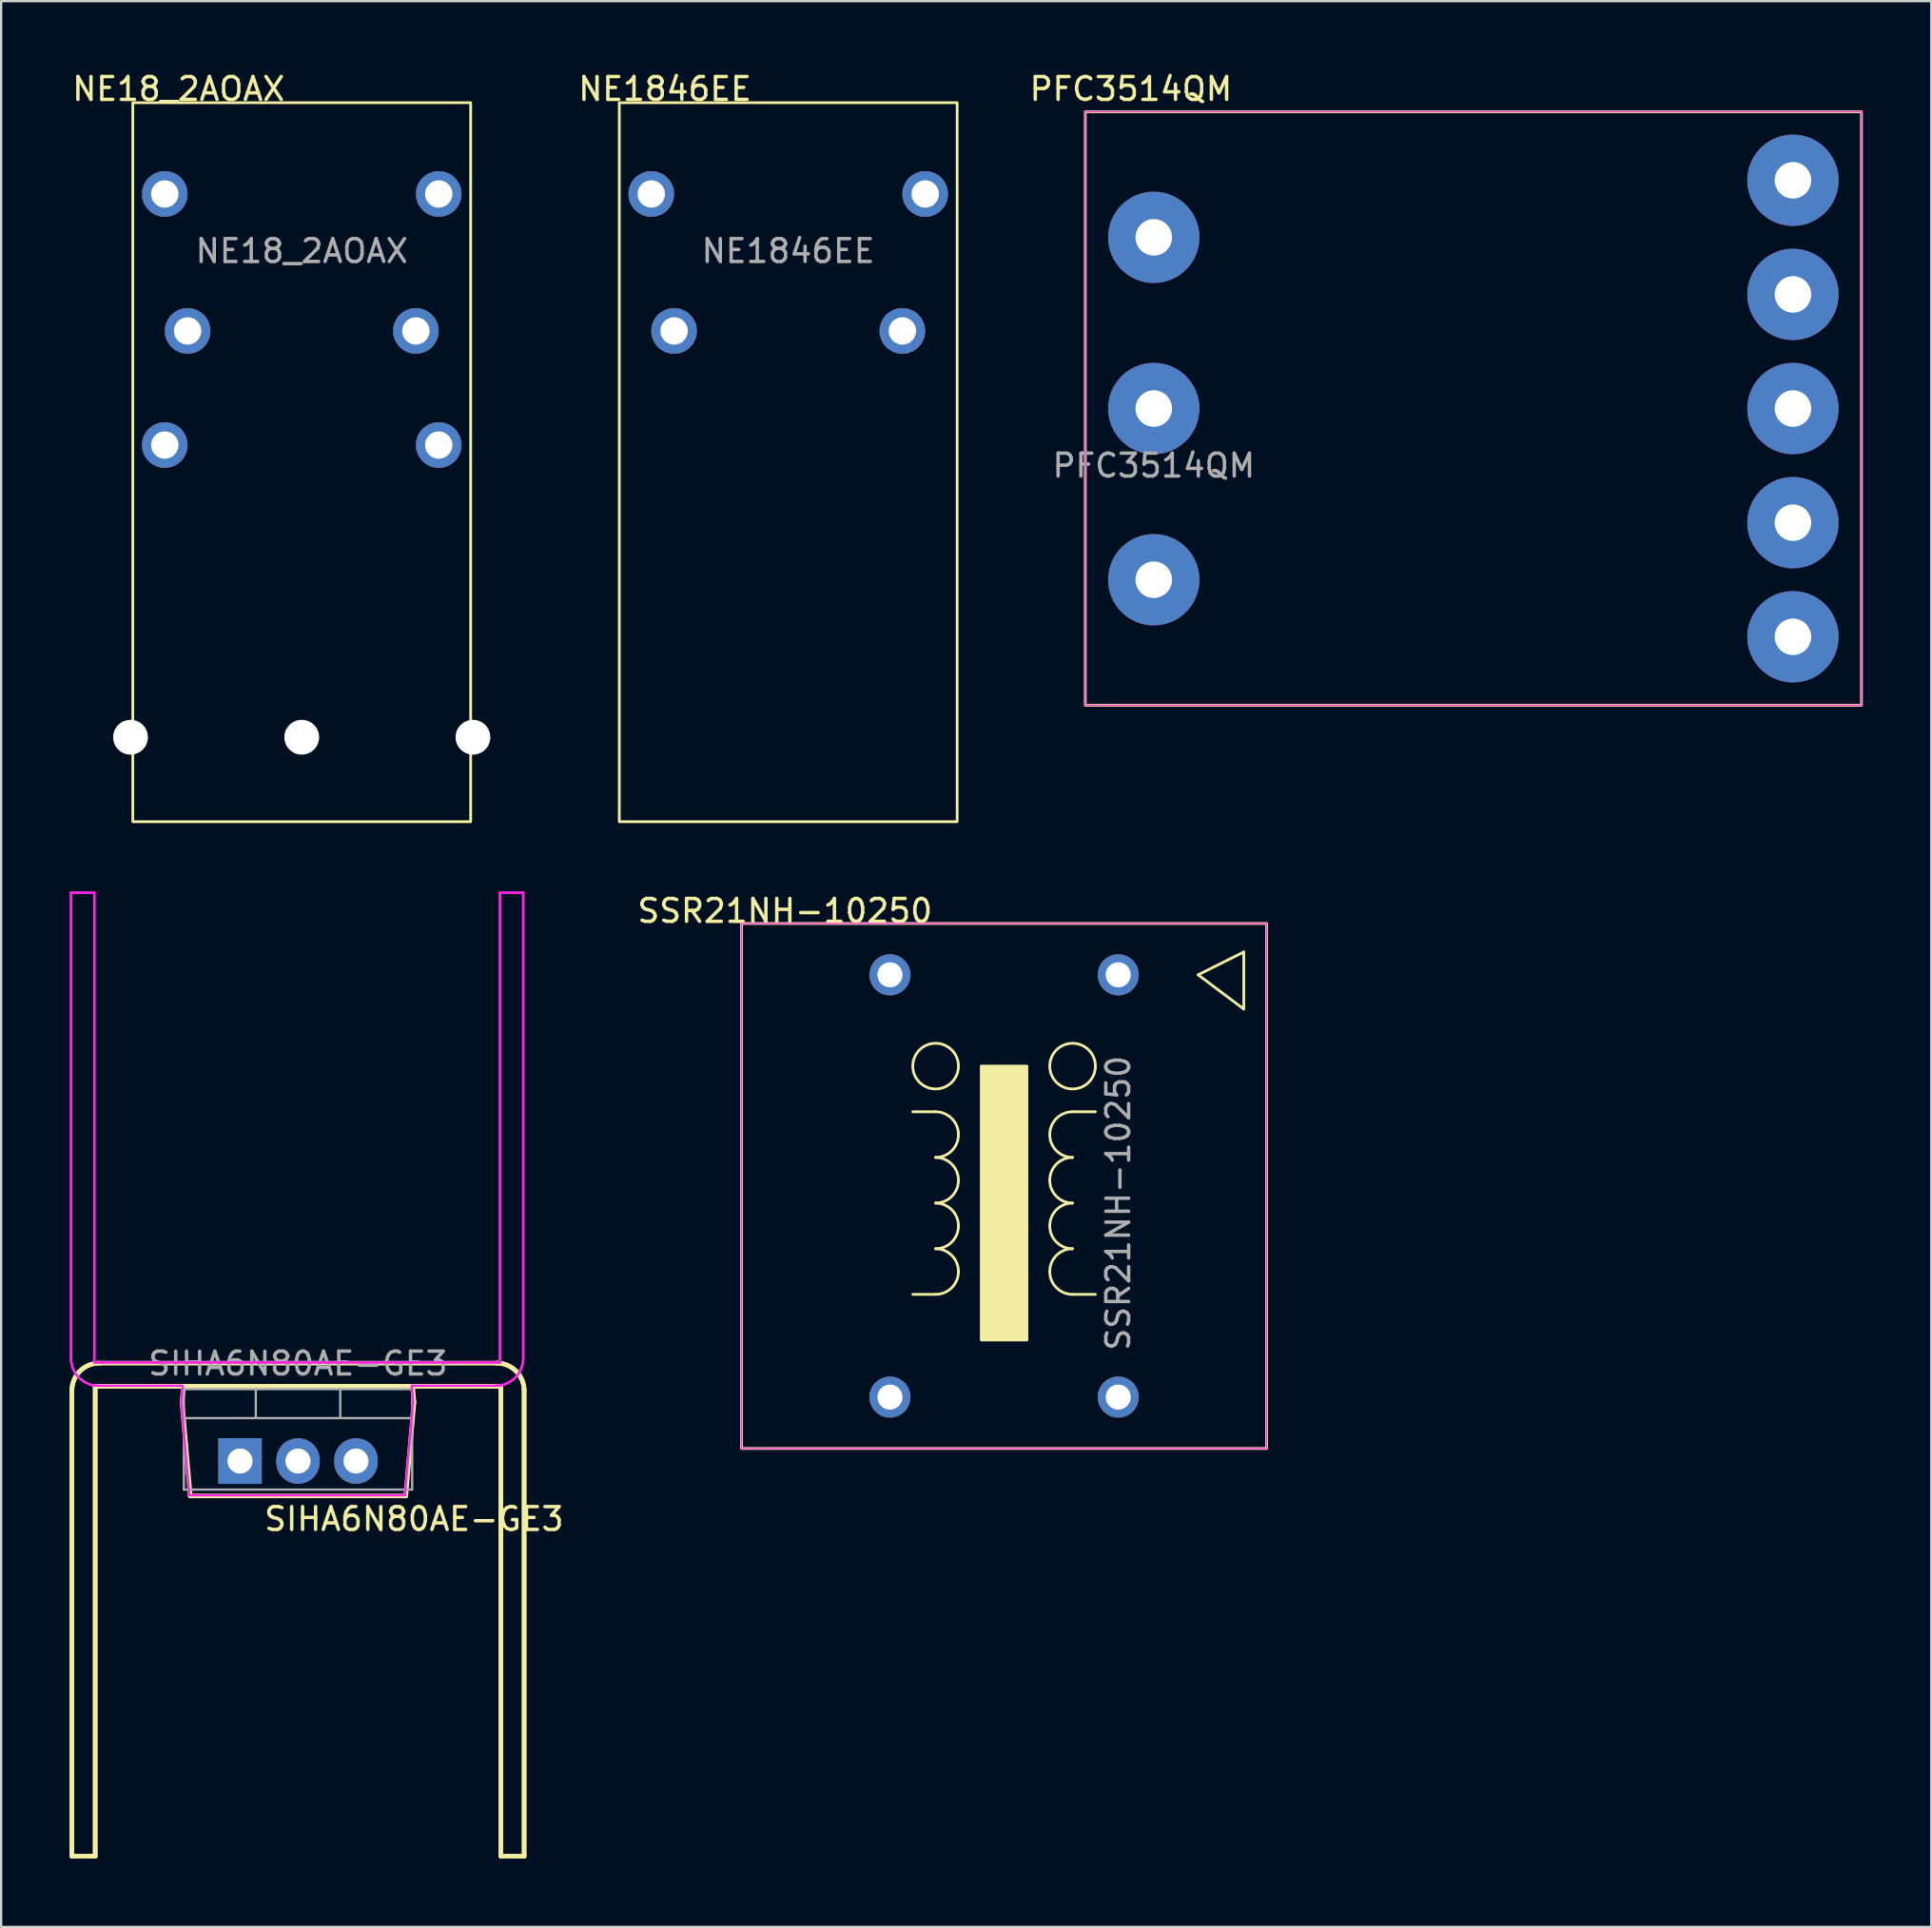
<source format=kicad_pcb>
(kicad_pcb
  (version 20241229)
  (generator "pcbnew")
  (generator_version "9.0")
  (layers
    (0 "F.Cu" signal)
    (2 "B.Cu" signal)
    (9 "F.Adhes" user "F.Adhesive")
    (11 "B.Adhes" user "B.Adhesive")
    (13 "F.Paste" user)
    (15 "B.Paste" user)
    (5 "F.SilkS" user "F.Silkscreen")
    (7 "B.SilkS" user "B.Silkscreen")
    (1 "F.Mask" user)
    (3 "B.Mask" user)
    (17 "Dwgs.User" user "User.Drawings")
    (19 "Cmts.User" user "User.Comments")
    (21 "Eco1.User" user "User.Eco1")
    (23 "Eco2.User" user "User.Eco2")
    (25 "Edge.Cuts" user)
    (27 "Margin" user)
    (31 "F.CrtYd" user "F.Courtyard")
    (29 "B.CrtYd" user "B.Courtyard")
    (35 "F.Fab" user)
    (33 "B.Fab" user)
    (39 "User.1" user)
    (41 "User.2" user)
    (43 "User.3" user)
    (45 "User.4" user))
  (footprint "PFC3514QM"
    (layer "F.Cu")
    (at 47.492 14.848)
    (property "Reference" "PFC3514QM" (at -1 -14 0) (unlocked yes) (layer "F.SilkS") (effects (font (size 1 1) (thickness 0.15))))
    (attr through_hole)
    (fp_rect (start -3 -13) (end 31 13) (stroke (width 0.12) (type default)) (fill no) (layer "F.SilkS"))
    (fp_rect (start -3 -13) (end 31 13) (stroke (width 0.05) (type default)) (fill no) (layer "F.CrtYd"))
    (fp_text user "${REFERENCE}" (at 0 2.5 0) (unlocked yes) (layer "F.Fab") (effects (font (size 1 1) (thickness 0.15))))
    (pad "1" thru_hole circle (at 0 0) (size 4 4) (drill 1.6) (layers "*.Cu" "*.Mask"))
    (pad "2" thru_hole circle (at 0 7.5) (size 4 4) (drill 1.6) (layers "*.Cu" "*.Mask"))
    (pad "3" thru_hole circle (at 0 -7.5) (size 4 4) (drill 1.6) (layers "*.Cu" "*.Mask"))
    (pad "4" thru_hole circle (at 28 -10) (size 4 4) (drill 1.6) (layers "*.Cu" "*.Mask"))
    (pad "5" thru_hole circle (at 28 -5) (size 4 4) (drill 1.6) (layers "*.Cu" "*.Mask"))
    (pad "6" thru_hole circle (at 28 0) (size 4 4) (drill 1.6) (layers "*.Cu" "*.Mask"))
    (pad "7" thru_hole circle (at 28 5) (size 4 4) (drill 1.6) (layers "*.Cu" "*.Mask"))
    (pad "8" thru_hole circle (at 28 10) (size 4 4) (drill 1.6) (layers "*.Cu" "*.Mask")))
  (footprint "SIHA6N80AE-GE3"
    (layer "F.Cu")
    (at 7.465 60.958)
    (property "Reference" "SIHA6N80AE-GE3" (at 7.62 2.54 180) (layer "F.SilkS") (effects (font (size 1 1) (thickness 0.15))))
    (attr through_hole)
    (fp_line (start -7.365 -3.09) (end -7.365 17.31) (stroke (width 0.2) (type default)) (layer "F.SilkS"))
    (fp_line (start -7.365 -3.09) (end -7.365 17.31) (stroke (width 0.2) (type default)) (layer "F.SilkS"))
    (fp_line (start -7.365 17.31) (end -6.345 17.31) (stroke (width 0.2) (type default)) (layer "F.SilkS"))
    (fp_line (start -7.365 17.31) (end -6.345 17.31) (stroke (width 0.2) (type default)) (layer "F.SilkS"))
    (fp_line (start -6.345 -3.27) (end 11.425 -3.27) (stroke (width 0.2) (type default)) (layer "F.SilkS"))
    (fp_line (start -6.345 -3.27) (end 11.425 -3.27) (stroke (width 0.2) (type default)) (layer "F.SilkS"))
    (fp_line (start -6.345 17.31) (end -6.345 -3.27) (stroke (width 0.2) (type default)) (layer "F.SilkS"))
    (fp_line (start -6.345 17.31) (end -6.345 -3.27) (stroke (width 0.2) (type default)) (layer "F.SilkS"))
    (fp_line (start -2.58 -3.27) (end 7.66 -3.27) (stroke (width 0.12) (type solid)) (layer "F.SilkS"))
    (fp_line (start -2.479 -3.27) (end -2.54 -2.57) (stroke (width 0.2) (type default)) (layer "F.SilkS"))
    (fp_line (start -2.379 -0.73) (end -2.54 -2.57) (stroke (width 0.2) (type default)) (layer "F.SilkS"))
    (fp_line (start -2.269 0.53) (end -2.379 -0.73) (stroke (width 0.2) (type default)) (layer "F.SilkS"))
    (fp_line (start -2.181 1.53) (end -2.269 0.53) (stroke (width 0.2) (type default)) (layer "F.SilkS"))
    (fp_line (start 7.261 1.53) (end -2.181 1.53) (stroke (width 0.2) (type default)) (layer "F.SilkS"))
    (fp_line (start 7.349 0.53) (end 7.261 1.53) (stroke (width 0.2) (type default)) (layer "F.SilkS"))
    (fp_line (start 7.459 -0.73) (end 7.349 0.53) (stroke (width 0.2) (type default)) (layer "F.SilkS"))
    (fp_line (start 7.559 -3.27) (end -2.479 -3.27) (stroke (width 0.2) (type default)) (layer "F.SilkS"))
    (fp_line (start 7.62 -2.57) (end 7.459 -0.73) (stroke (width 0.2) (type default)) (layer "F.SilkS"))
    (fp_line (start 7.62 -2.57) (end 7.559 -3.27) (stroke (width 0.2) (type default)) (layer "F.SilkS"))
    (fp_line (start 11.245 -4.29) (end -6.165 -4.29) (stroke (width 0.2) (type default)) (layer "F.SilkS"))
    (fp_line (start 11.425 -3.27) (end 11.425 17.31) (stroke (width 0.2) (type default)) (layer "F.SilkS"))
    (fp_line (start 11.425 -3.27) (end 11.425 17.31) (stroke (width 0.2) (type default)) (layer "F.SilkS"))
    (fp_line (start 11.425 17.31) (end 12.445 17.31) (stroke (width 0.2) (type default)) (layer "F.SilkS"))
    (fp_line (start 11.425 17.31) (end 12.445 17.31) (stroke (width 0.2) (type default)) (layer "F.SilkS"))
    (fp_line (start 12.445 17.31) (end 12.445 -3.09) (stroke (width 0.2) (type default)) (layer "F.SilkS"))
    (fp_line (start 12.445 17.31) (end 12.445 -3.09) (stroke (width 0.2) (type default)) (layer "F.SilkS"))
    (fp_arc (start -7.365 -3.09) (mid -7.013528 -3.938528) (end -6.165 -4.29) (stroke (width 0.2) (type default)) (layer "F.SilkS"))
    (fp_arc (start -7.365 -3.09) (mid -7.013528 -3.938528) (end -6.165 -4.29) (stroke (width 0.2) (type default)) (layer "F.SilkS"))
    (fp_arc (start 11.245 -4.29) (mid 12.093528 -3.938528) (end 12.445 -3.09) (stroke (width 0.2) (type default)) (layer "F.SilkS"))
    (fp_arc (start 11.245 -4.29) (mid 12.093528 -3.938528) (end 12.445 -3.09) (stroke (width 0.2) (type default)) (layer "F.SilkS"))
    (fp_line (start -7.405 -24.9) (end -7.405 -4.5) (stroke (width 0.1) (type default)) (layer "F.CrtYd"))
    (fp_line (start -7.405 -24.9) (end -7.405 -4.5) (stroke (width 0.1) (type default)) (layer "F.CrtYd"))
    (fp_line (start -6.385 -24.9) (end -7.405 -24.9) (stroke (width 0.1) (type default)) (layer "F.CrtYd"))
    (fp_line (start -6.385 -24.9) (end -7.405 -24.9) (stroke (width 0.1) (type default)) (layer "F.CrtYd"))
    (fp_line (start -6.385 -4.32) (end -6.385 -24.9) (stroke (width 0.1) (type default)) (layer "F.CrtYd"))
    (fp_line (start -6.385 -4.32) (end -6.385 -24.9) (stroke (width 0.1) (type default)) (layer "F.CrtYd"))
    (fp_line (start -6.205 -3.3) (end -2.519 -3.3) (stroke (width 0.1) (type default)) (layer "F.CrtYd"))
    (fp_line (start -2.519 -3.3) (end -2.58 -2.6) (stroke (width 0.1) (type default)) (layer "F.CrtYd"))
    (fp_line (start -2.419 -0.76) (end -2.58 -2.6) (stroke (width 0.1) (type default)) (layer "F.CrtYd"))
    (fp_line (start -2.309 0.5) (end -2.419 -0.76) (stroke (width 0.1) (type default)) (layer "F.CrtYd"))
    (fp_line (start -2.221 1.5) (end -2.309 0.5) (stroke (width 0.1) (type default)) (layer "F.CrtYd"))
    (fp_line (start 7.221 1.5) (end -2.221 1.5) (stroke (width 0.1) (type default)) (layer "F.CrtYd"))
    (fp_line (start 7.309 0.5) (end 7.221 1.5) (stroke (width 0.1) (type default)) (layer "F.CrtYd"))
    (fp_line (start 7.419 -0.76) (end 7.309 0.5) (stroke (width 0.1) (type default)) (layer "F.CrtYd"))
    (fp_line (start 7.519 -3.3) (end 11.205 -3.3) (stroke (width 0.1) (type default)) (layer "F.CrtYd"))
    (fp_line (start 7.58 -2.6) (end 7.419 -0.76) (stroke (width 0.1) (type default)) (layer "F.CrtYd"))
    (fp_line (start 7.58 -2.6) (end 7.519 -3.3) (stroke (width 0.1) (type default)) (layer "F.CrtYd"))
    (fp_line (start 11.385 -24.9) (end 11.385 -4.32) (stroke (width 0.1) (type default)) (layer "F.CrtYd"))
    (fp_line (start 11.385 -24.9) (end 11.385 -4.32) (stroke (width 0.1) (type default)) (layer "F.CrtYd"))
    (fp_line (start 11.385 -4.32) (end -6.385 -4.32) (stroke (width 0.1) (type default)) (layer "F.CrtYd"))
    (fp_line (start 11.385 -4.32) (end -6.385 -4.32) (stroke (width 0.1) (type default)) (layer "F.CrtYd"))
    (fp_line (start 12.405 -24.9) (end 11.385 -24.9) (stroke (width 0.1) (type default)) (layer "F.CrtYd"))
    (fp_line (start 12.405 -24.9) (end 11.385 -24.9) (stroke (width 0.1) (type default)) (layer "F.CrtYd"))
    (fp_line (start 12.405 -4.5) (end 12.405 -24.9) (stroke (width 0.1) (type default)) (layer "F.CrtYd"))
    (fp_line (start 12.405 -4.5) (end 12.405 -24.9) (stroke (width 0.1) (type default)) (layer "F.CrtYd"))
    (fp_arc (start -6.205 -3.3) (mid -7.053528 -3.651472) (end -7.405 -4.5) (stroke (width 0.1) (type default)) (layer "F.CrtYd"))
    (fp_arc (start -6.205 -3.3) (mid -7.053528 -3.651472) (end -7.405 -4.5) (stroke (width 0.1) (type default)) (layer "F.CrtYd"))
    (fp_arc (start 12.405 -4.5) (mid 12.053528 -3.651472) (end 11.205 -3.3) (stroke (width 0.1) (type default)) (layer "F.CrtYd"))
    (fp_arc (start 12.405 -4.5) (mid 12.053528 -3.651472) (end 11.205 -3.3) (stroke (width 0.1) (type default)) (layer "F.CrtYd"))
    (fp_line (start -2.46 -3.15) (end -2.46 1.25) (stroke (width 0.1) (type solid)) (layer "F.Fab"))
    (fp_line (start -2.46 -1.88) (end 7.54 -1.88) (stroke (width 0.1) (type solid)) (layer "F.Fab"))
    (fp_line (start -2.46 1.25) (end 7.54 1.25) (stroke (width 0.1) (type solid)) (layer "F.Fab"))
    (fp_line (start 0.69 -3.15) (end 0.69 -1.88) (stroke (width 0.1) (type solid)) (layer "F.Fab"))
    (fp_line (start 4.39 -3.15) (end 4.39 -1.88) (stroke (width 0.1) (type solid)) (layer "F.Fab"))
    (fp_line (start 7.54 -3.15) (end -2.46 -3.15) (stroke (width 0.1) (type solid)) (layer "F.Fab"))
    (fp_line (start 7.54 1.25) (end 7.54 -3.15) (stroke (width 0.1) (type solid)) (layer "F.Fab"))
    (fp_text user "${REFERENCE}" (at 2.54 -4.27 0) (layer "F.Fab") (effects (font (size 1 1) (thickness 0.15))))
    (pad "1" thru_hole rect (at 0 0) (size 1.905 2) (drill 1.1) (layers "*.Cu" "*.Mask"))
    (pad "2" thru_hole oval (at 2.54 0) (size 1.905 2) (drill 1.1) (layers "*.Cu" "*.Mask"))
    (pad "3" thru_hole oval (at 5.08 0) (size 1.905 2) (drill 1.1) (layers "*.Cu" "*.Mask")))
  (footprint "SSR21NH-10250"
    (layer "F.Cu")
    (at 45.935 39.657)
    (property "Reference" "SSR21NH-10250" (at -14.6 -2.8 0) (unlocked yes) (layer "F.SilkS") (effects (font (size 1 1) (thickness 0.15))))
    (attr through_hole)
    (fp_line (start -8 6) (end -9 6) (stroke (width 0.12) (type solid)) (layer "F.SilkS"))
    (fp_line (start -8 14) (end -9 14) (stroke (width 0.12) (type solid)) (layer "F.SilkS"))
    (fp_line (start -2 6) (end -1 6) (stroke (width 0.12) (type solid)) (layer "F.SilkS"))
    (fp_line (start -2 14) (end -1 14) (stroke (width 0.12) (type solid)) (layer "F.SilkS"))
    (fp_line (start 3.5 0) (end 5.5 -1) (stroke (width 0.12) (type default)) (layer "F.SilkS"))
    (fp_line (start 5.5 -1) (end 5.5 1.5) (stroke (width 0.12) (type default)) (layer "F.SilkS"))
    (fp_line (start 5.5 1.5) (end 3.5 0) (stroke (width 0.12) (type default)) (layer "F.SilkS"))
    (fp_rect (start -16.5 -2.25) (end 6.5 20.75) (stroke (width 0.12) (type default)) (fill no) (layer "F.SilkS"))
    (fp_arc (start -8 6) (mid -7 7) (end -8 8) (stroke (width 0.12) (type solid)) (layer "F.SilkS"))
    (fp_arc (start -8 8) (mid -7 9) (end -8 10) (stroke (width 0.12) (type solid)) (layer "F.SilkS"))
    (fp_arc (start -8 10) (mid -7 11) (end -8 12) (stroke (width 0.12) (type solid)) (layer "F.SilkS"))
    (fp_arc (start -8 12) (mid -7 13) (end -8 14) (stroke (width 0.12) (type solid)) (layer "F.SilkS"))
    (fp_arc (start -2 8) (mid -3 7) (end -2 6) (stroke (width 0.12) (type solid)) (layer "F.SilkS"))
    (fp_arc (start -2 10) (mid -3 9) (end -2 8) (stroke (width 0.12) (type solid)) (layer "F.SilkS"))
    (fp_arc (start -2 12) (mid -3 11) (end -2 10) (stroke (width 0.12) (type solid)) (layer "F.SilkS"))
    (fp_arc (start -2 14) (mid -3 13) (end -2 12) (stroke (width 0.12) (type solid)) (layer "F.SilkS"))
    (fp_circle (center -8 4) (end -8 5) (stroke (width 0.12) (type solid)) (fill no) (layer "F.SilkS"))
    (fp_circle (center -2 4) (end -2 5) (stroke (width 0.12) (type solid)) (fill no) (layer "F.SilkS"))
    (fp_poly (pts (xy -6 16) (xy -4 16) (xy -4 4) (xy -6 4)) (stroke (width 0.12) (type solid)) (fill yes) (layer "F.SilkS"))
    (fp_rect (start -16.5 -2.25) (end 6.5 20.75) (stroke (width 0.05) (type default)) (fill no) (layer "F.CrtYd"))
    (fp_text user "${REFERENCE}" (at 0 10 90) (unlocked yes) (layer "F.Fab") (effects (font (size 1 1) (thickness 0.15))))
    (pad "1" thru_hole circle (at 0 0) (size 1.8 1.8) (drill 1.1) (layers "*.Cu" "*.Mask"))
    (pad "2" thru_hole circle (at 0 18.5) (size 1.8 1.8) (drill 1.1) (layers "*.Cu" "*.Mask"))
    (pad "3" thru_hole circle (at -10 0) (size 1.8 1.8) (drill 1.1) (layers "*.Cu" "*.Mask"))
    (pad "4" thru_hole circle (at -10 18.5) (size 1.8 1.8) (drill 1.1) (layers "*.Cu" "*.Mask")))
  (footprint "NE18_2AOAX"
    (layer "F.Cu")
    (at 10.168 5.448)
    (property "Reference" "NE18_2AOAX" (at -5.4 -4.6 0) (unlocked yes) (layer "F.SilkS") (effects (font (size 1 1) (thickness 0.15))))
    (attr through_hole)
    (fp_rect (start -7.4 -4) (end 7.4 27.5) (stroke (width 0.12) (type default)) (fill no) (layer "F.SilkS"))
    (fp_text user "${REFERENCE}" (at 0 2.5 0) (unlocked yes) (layer "F.Fab") (effects (font (size 1 1) (thickness 0.15))))
    (pad "" np_thru_hole circle (at -7.5 23.8) (size 1.524 1.524) (drill 3) (layers "*.Cu" "*.Mask"))
    (pad "" np_thru_hole circle (at 0 23.8) (size 1.524 1.524) (drill 3) (layers "*.Cu" "*.Mask"))
    (pad "" np_thru_hole circle (at 7.5 23.8) (size 1.524 1.524) (drill 3) (layers "*.Cu" "*.Mask"))
    (pad "1" thru_hole circle (at -6 0) (size 2 2) (drill 1.2) (layers "*.Cu" "*.Mask"))
    (pad "2" thru_hole circle (at 6 0) (size 2 2) (drill 1.2) (layers "*.Cu" "*.Mask"))
    (pad "3" thru_hole circle (at -5 6) (size 2 2) (drill 1.2) (layers "*.Cu" "*.Mask"))
    (pad "4" thru_hole circle (at 5 6) (size 2 2) (drill 1.2) (layers "*.Cu" "*.Mask"))
    (pad "5" thru_hole circle (at -6 11) (size 2 2) (drill 1.2) (layers "*.Cu" "*.Mask"))
    (pad "6" thru_hole circle (at 6 11) (size 2 2) (drill 1.2) (layers "*.Cu" "*.Mask")))
  (footprint "NE1846EE"
    (layer "F.Cu")
    (at 31.479 5.448)
    (property "Reference" "NE1846EE" (at -5.4 -4.6 0) (unlocked yes) (layer "F.SilkS") (effects (font (size 1 1) (thickness 0.15))))
    (attr through_hole)
    (fp_rect (start -7.4 -4) (end 7.4 27.5) (stroke (width 0.12) (type default)) (fill no) (layer "F.SilkS"))
    (fp_text user "${REFERENCE}" (at 0 2.5 0) (unlocked yes) (layer "F.Fab") (effects (font (size 1 1) (thickness 0.15))))
    (pad "1" thru_hole circle (at -5 6) (size 2 2) (drill 1.2) (layers "*.Cu" "*.Mask"))
    (pad "2" thru_hole circle (at -6 0) (size 2 2) (drill 1.2) (layers "*.Cu" "*.Mask"))
    (pad "3" thru_hole circle (at 5 6) (size 2 2) (drill 1.2) (layers "*.Cu" "*.Mask"))
    (pad "4" thru_hole circle (at 6 0) (size 2 2) (drill 1.2) (layers "*.Cu" "*.Mask")))
  (gr_rect
    (start -3 -3)
    (end 81.552 81.368)
    (stroke (width 0.1) (type default))
    (fill no)
    (layer "Edge.Cuts")))
</source>
